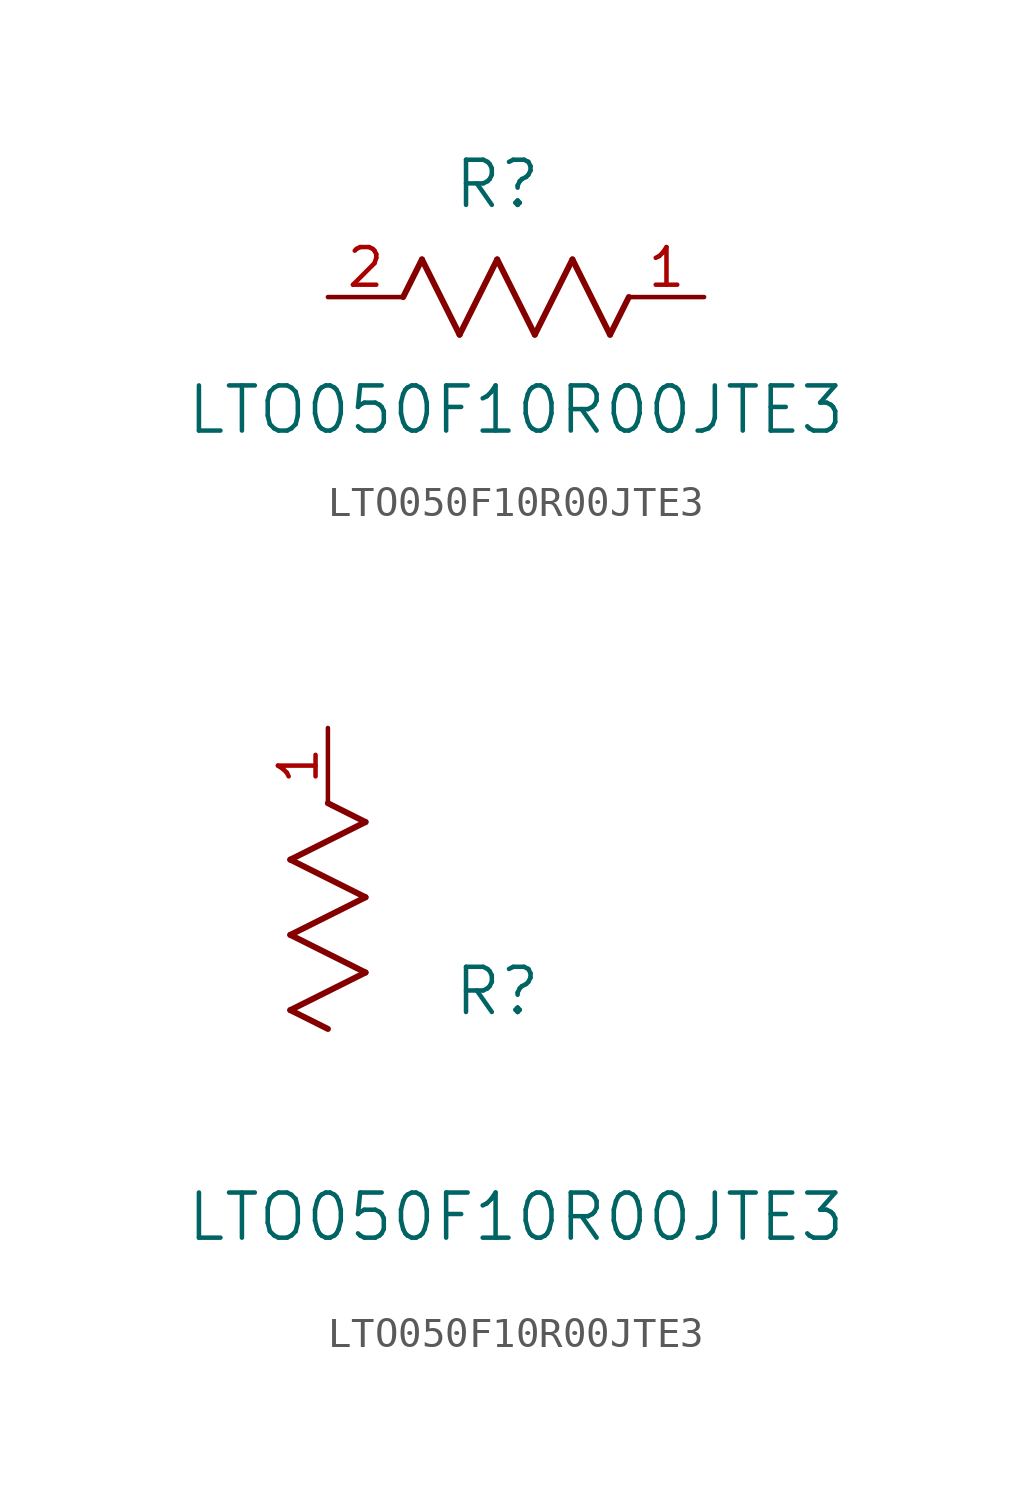
<source format=kicad_sym>
(kicad_symbol_lib
  (version 20241209)
  (generator "kicad_symbol_editor")
  (generator_version "9.0")
  (symbol "LTO050F10R00JTE3"
    (pin_names
      (offset 0.254))
    (property "Reference" "R"
      (at 5.715 3.81 0)
      (effects (font (size 1.524 1.524))))
    (property "Value" "LTO050F10R00JTE3"
      (at 6.35 -3.81 0)
      (effects (font (size 1.524 1.524))))
    (property "ki_locked" ""
      (at 0 0 0)
      (effects (font (size 1.27 1.27))))
    (symbol "LTO050F10R00JTE3_1_1"
      (polyline (pts (xy 2.54 0) (xy 3.175 1.27)) (stroke (width 0.203) (type default)) (fill (type none)))
      (polyline (pts (xy 3.175 1.27) (xy 4.445 -1.27)) (stroke (width 0.203) (type default)) (fill (type none)))
      (polyline (pts (xy 4.445 -1.27) (xy 5.715 1.27)) (stroke (width 0.203) (type default)) (fill (type none)))
      (polyline (pts (xy 5.715 1.27) (xy 6.985 -1.27)) (stroke (width 0.203) (type default)) (fill (type none)))
      (polyline (pts (xy 6.985 -1.27) (xy 8.255 1.27)) (stroke (width 0.203) (type default)) (fill (type none)))
      (polyline (pts (xy 8.255 1.27) (xy 9.525 -1.27)) (stroke (width 0.203) (type default)) (fill (type none)))
      (polyline (pts (xy 9.525 -1.27) (xy 10.16 0)) (stroke (width 0.203) (type default)) (fill (type none)))
      (pin unspecified line (at 0 0 0) (length 2.54) (name "" (effects (font (size 1.27 1.27)))) (number "2" (effects (font (size 1.27 1.27)))))
      (pin unspecified line (at 12.7 0 180) (length 2.54) (name "" (effects (font (size 1.27 1.27)))) (number "1" (effects (font (size 1.27 1.27))))))
    (symbol "LTO050F10R00JTE3_1_2"
      (polyline (pts (xy -1.27 8.255) (xy 1.27 9.525)) (stroke (width 0.203) (type default)) (fill (type none)))
      (polyline (pts (xy -1.27 5.715) (xy 1.27 6.985)) (stroke (width 0.203) (type default)) (fill (type none)))
      (polyline (pts (xy -1.27 3.175) (xy 1.27 4.445)) (stroke (width 0.203) (type default)) (fill (type none)))
      (polyline (pts (xy 0 2.54) (xy -1.27 3.175)) (stroke (width 0.203) (type default)) (fill (type none)))
      (polyline (pts (xy 1.27 9.525) (xy 0 10.16)) (stroke (width 0.203) (type default)) (fill (type none)))
      (polyline (pts (xy 1.27 6.985) (xy -1.27 8.255)) (stroke (width 0.203) (type default)) (fill (type none)))
      (polyline (pts (xy 1.27 4.445) (xy -1.27 5.715)) (stroke (width 0.203) (type default)) (fill (type none)))
      (pin unspecified line (at 0 12.7 270) (length 2.54) (name "" (effects (font (size 1.27 1.27)))) (number "1" (effects (font (size 1.27 1.27))))))))
</source>
